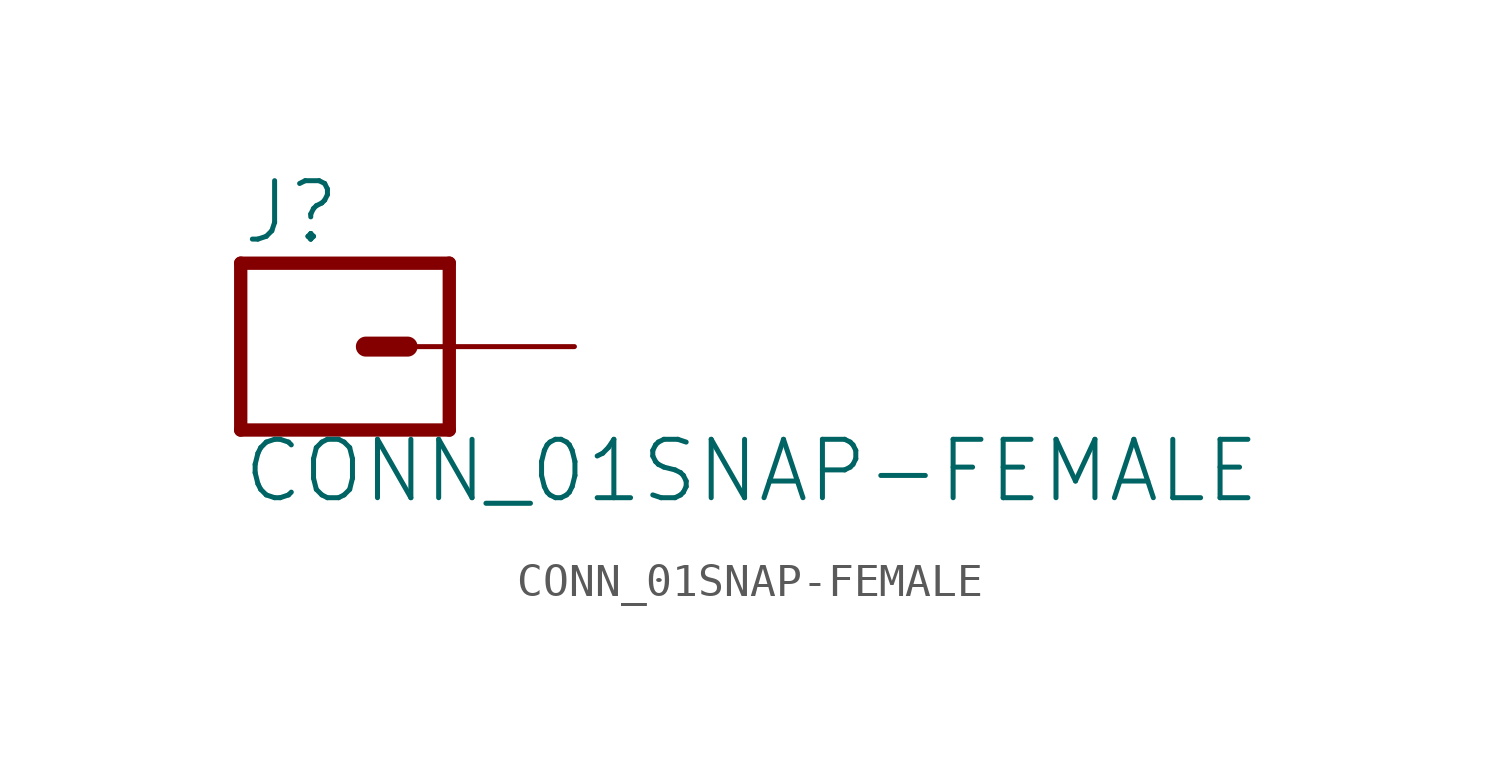
<source format=kicad_sym>
(kicad_symbol_lib
  (version 20211014)
  (generator kicad_symbol_editor)
  (symbol "CONN_01SNAP-FEMALE"
    (property "Reference" "J"
      (at -2.54 3.048 0)
      (effects (font (size 1.778 1.778)) (justify left bottom)))
    (property "Value" "CONN_01SNAP-FEMALE"
      (at -2.54 -4.826 0)
      (effects (font (size 1.778 1.778)) (justify left bottom)))
    (property "ki_locked" ""
      (at 0 0 0)
      (effects (font (size 1.27 1.27))))
    (symbol "CONN_01SNAP-FEMALE_1_0"
      (polyline (pts (xy -2.54 2.54) (xy -2.54 -2.54)) (stroke (width 0.406) (type default) (color 0 0 0 0)) (fill (type none)))
      (polyline (pts (xy -2.54 2.54) (xy 3.81 2.54)) (stroke (width 0.406) (type default) (color 0 0 0 0)) (fill (type none)))
      (polyline (pts (xy 1.27 0) (xy 2.54 0)) (stroke (width 0.61) (type default) (color 0 0 0 0)) (fill (type none)))
      (polyline (pts (xy 3.81 -2.54) (xy -2.54 -2.54)) (stroke (width 0.406) (type default) (color 0 0 0 0)) (fill (type none)))
      (polyline (pts (xy 3.81 -2.54) (xy 3.81 2.54)) (stroke (width 0.406) (type default) (color 0 0 0 0)) (fill (type none)))
      (pin passive line (at 7.62 0 180) (length 5.08) (name "1" (effects (font (size 0 0)))) (number "1" (effects (font (size 0 0))))))))
</source>
